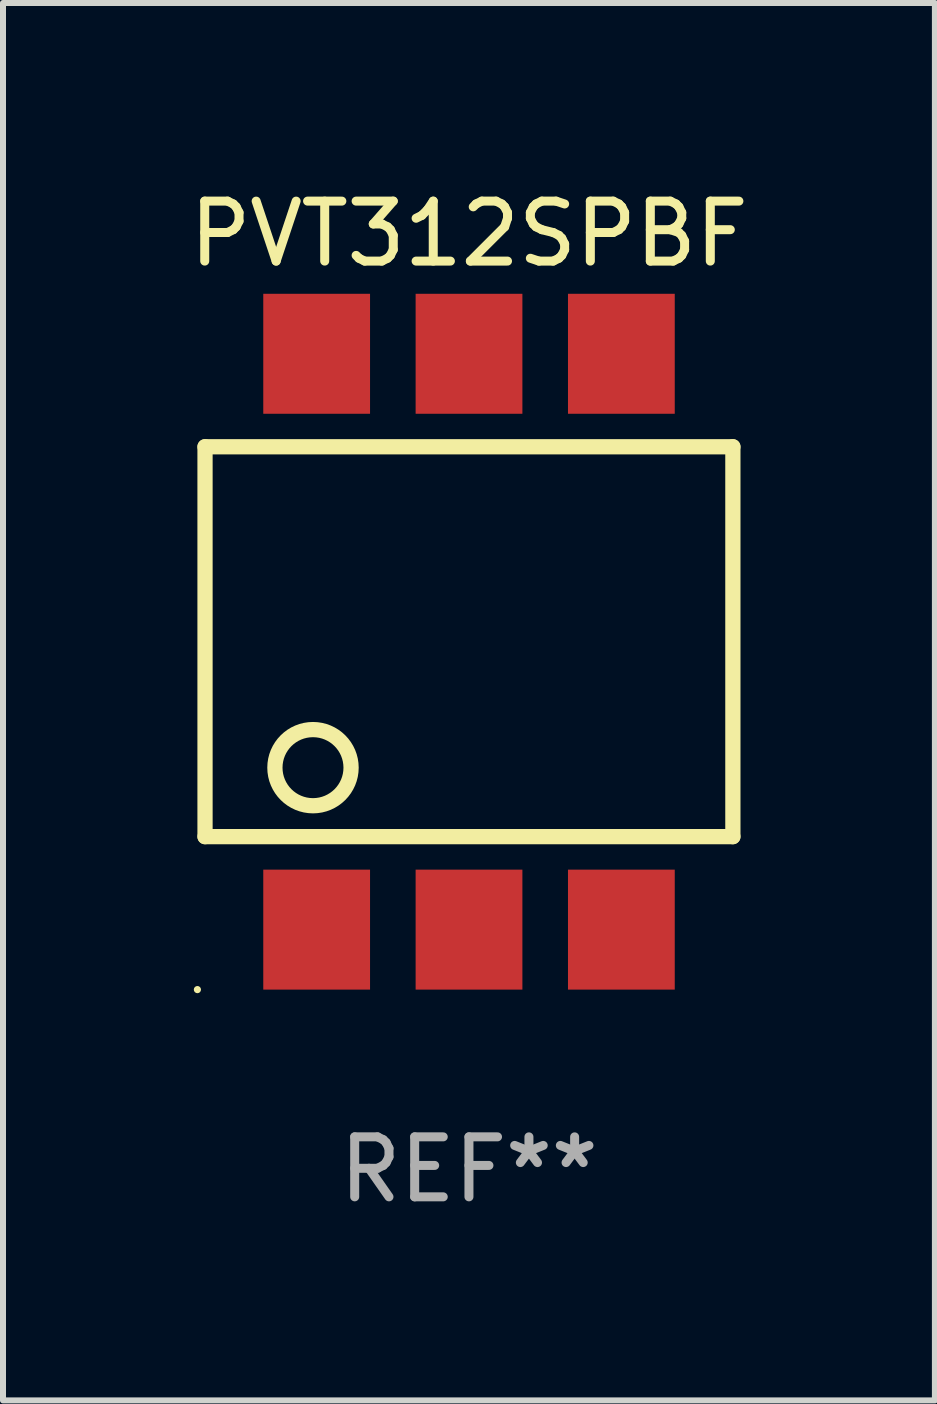
<source format=kicad_pcb>
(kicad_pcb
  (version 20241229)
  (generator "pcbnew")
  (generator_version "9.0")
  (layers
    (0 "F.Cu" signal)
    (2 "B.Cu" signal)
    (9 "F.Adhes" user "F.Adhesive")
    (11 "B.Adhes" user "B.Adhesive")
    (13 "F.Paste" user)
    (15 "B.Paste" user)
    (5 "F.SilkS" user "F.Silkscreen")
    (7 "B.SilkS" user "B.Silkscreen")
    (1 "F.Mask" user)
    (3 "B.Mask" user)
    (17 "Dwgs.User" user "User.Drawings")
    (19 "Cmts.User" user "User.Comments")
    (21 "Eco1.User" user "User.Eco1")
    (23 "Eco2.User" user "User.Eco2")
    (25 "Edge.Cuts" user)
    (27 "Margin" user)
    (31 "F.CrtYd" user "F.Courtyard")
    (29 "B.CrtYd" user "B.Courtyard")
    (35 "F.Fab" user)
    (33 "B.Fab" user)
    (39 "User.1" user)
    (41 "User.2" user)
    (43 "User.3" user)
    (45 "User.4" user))
  (footprint "PVT312SPBF"
    (layer "F.Cu")
    (at 4.768 7.648)
    (property "Reference" "PVT312SPBF" (at 0 -6.8 0) (layer "F.SilkS") (effects (font (size 1 1) (thickness 0.15))))
    (attr through_hole)
    (fp_line (start -4.4 -3.25) (end -4.4 3.25) (stroke (width 0.254) (type solid)) (layer "F.SilkS"))
    (fp_line (start -4.4 -3.25) (end 4.4 -3.25) (stroke (width 0.254) (type solid)) (layer "F.SilkS"))
    (fp_line (start 4.4 3.25) (end -4.4 3.25) (stroke (width 0.254) (type solid)) (layer "F.SilkS"))
    (fp_line (start 4.4 3.25) (end 4.4 -3.25) (stroke (width 0.254) (type solid)) (layer "F.SilkS"))
    (fp_circle (center -4.527 5.8) (end -4.497 5.8) (stroke (width 0.06) (type solid)) (fill no) (layer "F.SilkS"))
    (fp_circle (center -2.6 2.1) (end -1.965 2.1) (stroke (width 0.254) (type solid)) (fill no) (layer "F.SilkS"))
    (fp_text user "REF**" (at 0 8.8 0) (layer "F.Fab") (effects (font (size 1 1) (thickness 0.15))))
    (pad "1" smd rect (at -2.539 4.8) (size 1.78 2) (layers "F.Cu" "F.Mask" "F.Paste"))
    (pad "2" smd rect (at 0.001 4.8) (size 1.78 2) (layers "F.Cu" "F.Mask" "F.Paste"))
    (pad "3" smd rect (at 2.541 4.8) (size 1.78 2) (layers "F.Cu" "F.Mask" "F.Paste"))
    (pad "4" smd rect (at 2.541 -4.8) (size 1.78 2) (layers "F.Cu" "F.Mask" "F.Paste"))
    (pad "5" smd rect (at 0.001 -4.8) (size 1.78 2) (layers "F.Cu" "F.Mask" "F.Paste"))
    (pad "6" smd rect (at -2.539 -4.8) (size 1.78 2) (layers "F.Cu" "F.Mask" "F.Paste")))
  (gr_rect
    (start -3 -3)
    (end 12.536 20.297)
    (stroke (width 0.1) (type default))
    (fill no)
    (layer "Edge.Cuts")))
</source>
